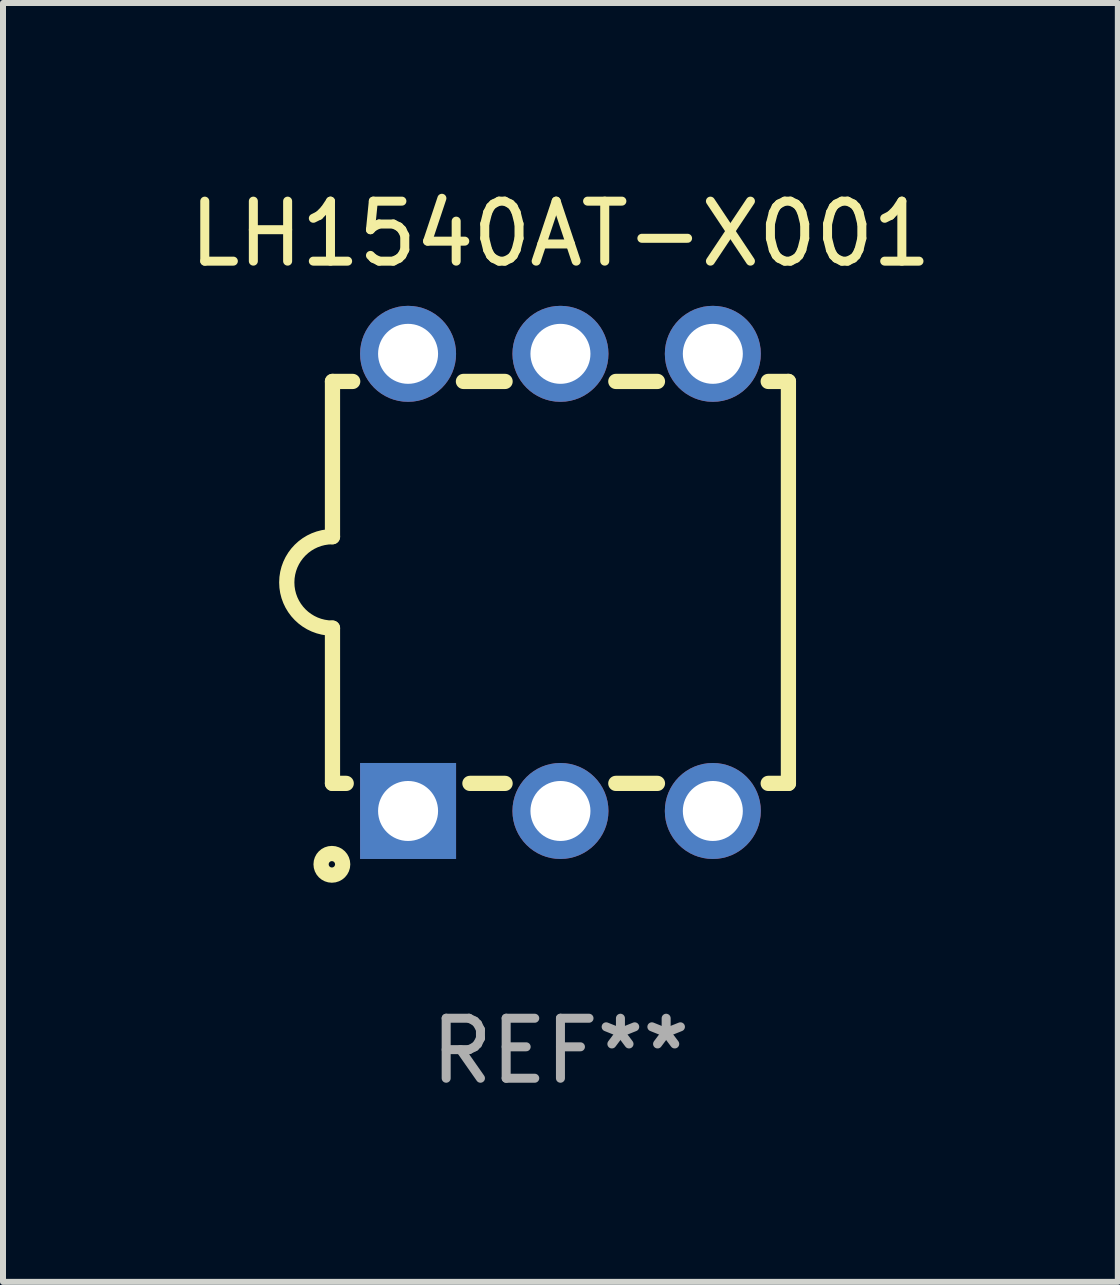
<source format=kicad_pcb>
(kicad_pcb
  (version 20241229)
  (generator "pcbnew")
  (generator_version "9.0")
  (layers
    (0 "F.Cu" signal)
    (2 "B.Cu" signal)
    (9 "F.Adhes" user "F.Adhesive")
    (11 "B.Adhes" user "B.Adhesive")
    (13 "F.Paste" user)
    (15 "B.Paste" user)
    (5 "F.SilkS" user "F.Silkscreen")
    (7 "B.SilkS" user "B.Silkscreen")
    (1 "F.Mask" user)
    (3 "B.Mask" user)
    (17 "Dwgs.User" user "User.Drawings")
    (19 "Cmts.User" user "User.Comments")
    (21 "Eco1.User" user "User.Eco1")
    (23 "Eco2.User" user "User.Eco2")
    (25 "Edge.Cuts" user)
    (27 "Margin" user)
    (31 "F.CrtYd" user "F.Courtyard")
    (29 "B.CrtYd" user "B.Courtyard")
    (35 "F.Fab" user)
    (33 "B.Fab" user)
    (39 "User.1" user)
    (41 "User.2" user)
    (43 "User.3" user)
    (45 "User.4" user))
  (footprint "LH1540AT-X001"
    (layer "F.Cu")
    (at 6.292 6.658)
    (property "Reference" "LH1540AT-X001" (at 0 -5.81 0) (layer "F.SilkS") (effects (font (size 1 1) (thickness 0.15))))
    (attr through_hole)
    (fp_line (start -3.8 3.35) (end -3.8 0.762) (stroke (width 0.254) (type solid)) (layer "F.SilkS"))
    (fp_line (start -3.8 3.35) (end -3.571 3.35) (stroke (width 0.254) (type solid)) (layer "F.SilkS"))
    (fp_line (start -3.8 -3.35) (end -3.8 -0.762) (stroke (width 0.254) (type solid)) (layer "F.SilkS"))
    (fp_line (start -3.8 -3.35) (end -3.463 -3.35) (stroke (width 0.254) (type solid)) (layer "F.SilkS"))
    (fp_line (start -1.617 -3.35) (end -0.923 -3.35) (stroke (width 0.254) (type solid)) (layer "F.SilkS"))
    (fp_line (start -1.509 3.35) (end -0.923 3.35) (stroke (width 0.254) (type solid)) (layer "F.SilkS"))
    (fp_line (start 0.923 -3.35) (end 1.617 -3.35) (stroke (width 0.254) (type solid)) (layer "F.SilkS"))
    (fp_line (start 0.923 3.35) (end 1.617 3.35) (stroke (width 0.254) (type solid)) (layer "F.SilkS"))
    (fp_line (start 3.463 -3.35) (end 3.8 -3.35) (stroke (width 0.254) (type solid)) (layer "F.SilkS"))
    (fp_line (start 3.463 3.35) (end 3.8 3.35) (stroke (width 0.254) (type solid)) (layer "F.SilkS"))
    (fp_line (start 3.8 -3.35) (end 3.8 3.35) (stroke (width 0.254) (type solid)) (layer "F.SilkS"))
    (fp_arc (start -3.800013 0.762002) (mid -4.561837 -0.000089) (end -3.799835 -0.762002) (stroke (width 0.254001) (type solid)) (layer "F.SilkS"))
    (fp_circle (center -3.81 4.699) (end -3.63 4.699) (stroke (width 0.254) (type solid)) (fill no) (layer "F.SilkS"))
    (fp_text user "REF**" (at 0 7.81 0) (layer "F.Fab") (effects (font (size 1 1) (thickness 0.15))))
    (pad "1" thru_hole rect (at -2.54 3.81) (size 1.6 1.6) (drill 1) (layers "*.Cu" "*.Mask"))
    (pad "2" thru_hole circle (at 0.000013 3.81) (size 1.6 1.6) (drill 1) (layers "*.Cu" "*.Mask"))
    (pad "3" thru_hole circle (at 2.54 3.81) (size 1.6 1.6) (drill 1) (layers "*.Cu" "*.Mask"))
    (pad "4" thru_hole circle (at 2.54 -3.81) (size 1.6 1.6) (drill 1) (layers "*.Cu" "*.Mask"))
    (pad "5" thru_hole circle (at 0.000013 -3.81) (size 1.6 1.6) (drill 1) (layers "*.Cu" "*.Mask"))
    (pad "6" thru_hole circle (at -2.54 -3.81) (size 1.6 1.6) (drill 1) (layers "*.Cu" "*.Mask")))
  (gr_rect
    (start -3 -3)
    (end 15.583 18.317)
    (stroke (width 0.1) (type default))
    (fill no)
    (layer "Edge.Cuts")))
</source>
